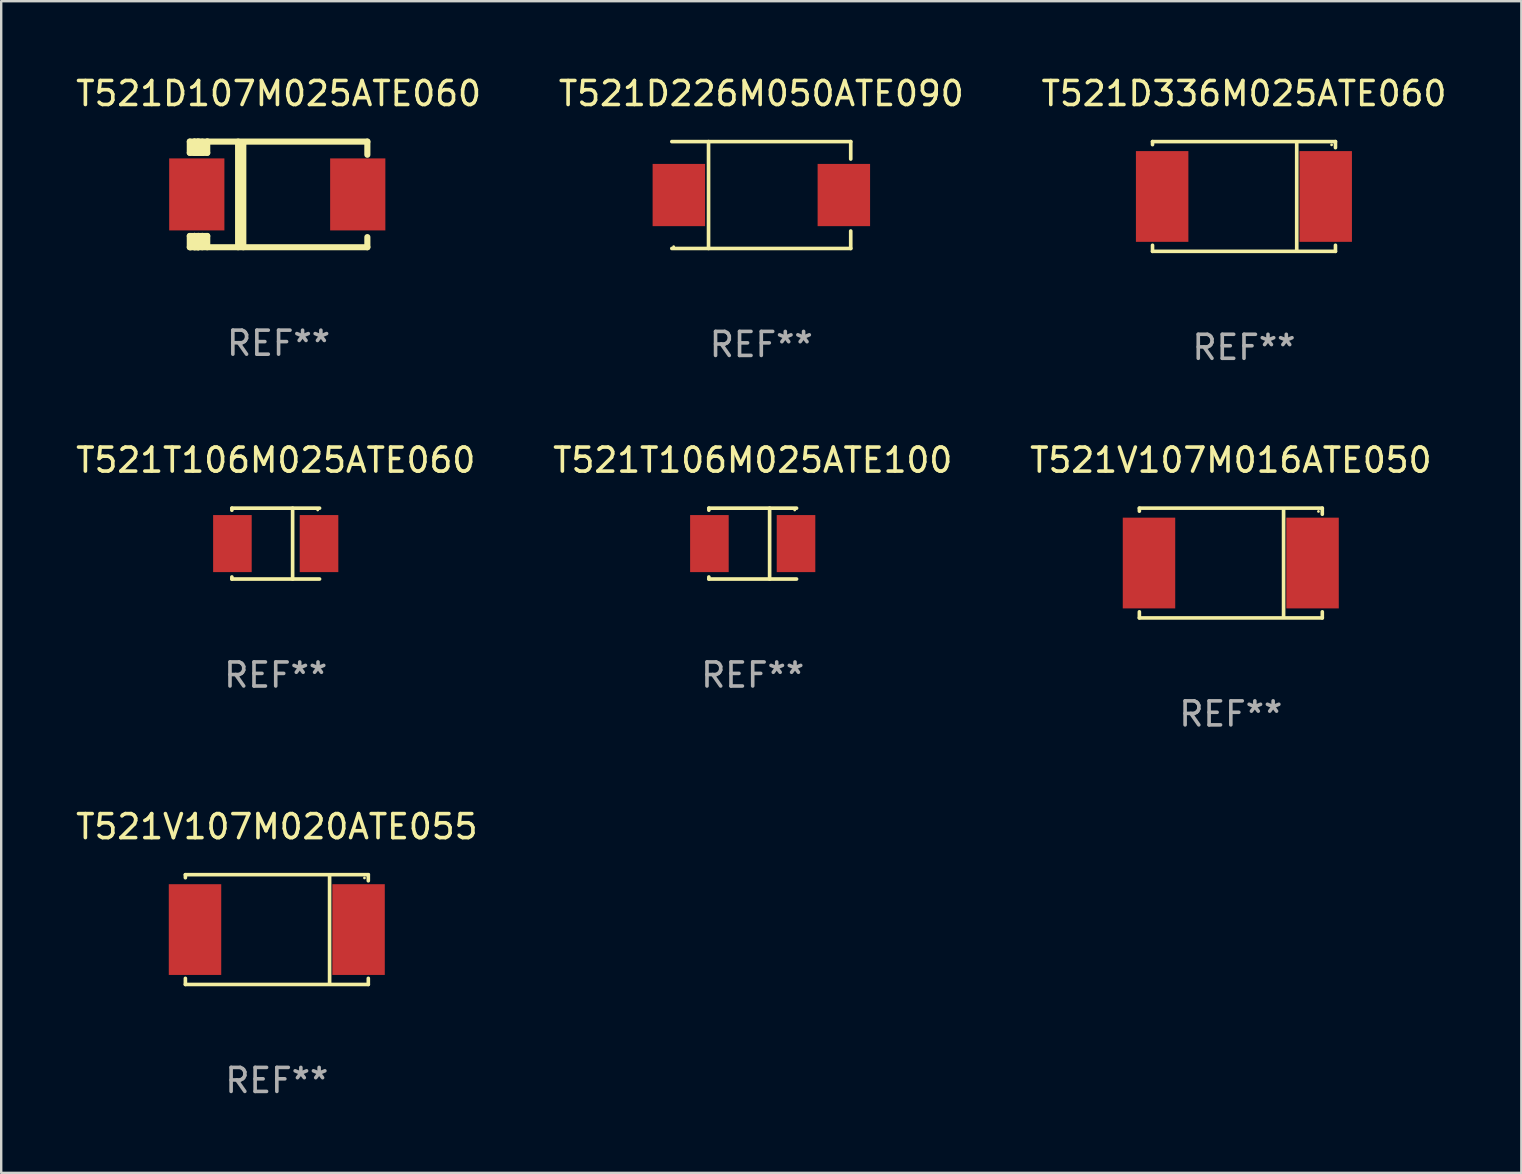
<source format=kicad_pcb>
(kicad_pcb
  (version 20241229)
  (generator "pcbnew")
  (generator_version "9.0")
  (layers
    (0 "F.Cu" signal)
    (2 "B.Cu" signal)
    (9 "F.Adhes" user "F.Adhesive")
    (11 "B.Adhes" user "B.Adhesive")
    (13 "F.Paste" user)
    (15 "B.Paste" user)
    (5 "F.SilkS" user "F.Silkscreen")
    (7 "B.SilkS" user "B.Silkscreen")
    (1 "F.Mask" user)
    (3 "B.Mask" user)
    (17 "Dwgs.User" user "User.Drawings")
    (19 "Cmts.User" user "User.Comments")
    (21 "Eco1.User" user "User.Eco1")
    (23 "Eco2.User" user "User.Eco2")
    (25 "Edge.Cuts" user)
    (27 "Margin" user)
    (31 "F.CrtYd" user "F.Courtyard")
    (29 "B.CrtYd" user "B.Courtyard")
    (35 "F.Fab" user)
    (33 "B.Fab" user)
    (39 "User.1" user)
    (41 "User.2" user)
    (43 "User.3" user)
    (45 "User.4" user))
  (footprint "T521V107M016ATE050"
    (layer "F.Cu")
    (at 48.22 20.403)
    (property "Reference" "T521V107M016ATE050" (at 0 -4.286 0) (layer "F.SilkS") (effects (font (size 1 1) (thickness 0.15))))
    (attr through_hole)
    (fp_line (start -3.81 -2.286) (end -3.81 -2.159) (stroke (width 0.15) (type solid)) (layer "F.SilkS"))
    (fp_line (start -3.81 2.032) (end -3.81 2.286) (stroke (width 0.15) (type solid)) (layer "F.SilkS"))
    (fp_line (start -3.81 2.286) (end 3.81 2.286) (stroke (width 0.15) (type solid)) (layer "F.SilkS"))
    (fp_line (start 2.197 -2.226) (end 2.197 2.226) (stroke (width 0.152) (type solid)) (layer "F.SilkS"))
    (fp_line (start 3.81 -2.286) (end -3.81 -2.286) (stroke (width 0.15) (type solid)) (layer "F.SilkS"))
    (fp_line (start 3.81 -2.032) (end 3.81 -2.286) (stroke (width 0.15) (type solid)) (layer "F.SilkS"))
    (fp_line (start 3.81 2.286) (end 3.81 2.032) (stroke (width 0.15) (type solid)) (layer "F.SilkS"))
    (fp_circle (center 3.65 -2.15) (end 3.68 -2.15) (stroke (width 0.06) (type solid)) (fill no) (layer "F.SilkS"))
    (fp_text user "REF**" (at 0 6.286 0) (layer "F.Fab") (effects (font (size 1 1) (thickness 0.15))))
    (pad "1" smd rect (at 3.404 0 180) (size 2.185 3.78) (layers "F.Cu" "F.Mask" "F.Paste"))
    (pad "2" smd rect (at -3.409 0 180) (size 2.185 3.78) (layers "F.Cu" "F.Mask" "F.Paste")))
  (footprint "T521V107M020ATE055"
    (layer "F.Cu")
    (at 8.482 35.671)
    (property "Reference" "T521V107M020ATE055" (at 0 -4.286 0) (layer "F.SilkS") (effects (font (size 1 1) (thickness 0.15))))
    (attr through_hole)
    (fp_line (start -3.81 -2.286) (end -3.81 -2.159) (stroke (width 0.15) (type solid)) (layer "F.SilkS"))
    (fp_line (start -3.81 2.032) (end -3.81 2.286) (stroke (width 0.15) (type solid)) (layer "F.SilkS"))
    (fp_line (start -3.81 2.286) (end 3.81 2.286) (stroke (width 0.15) (type solid)) (layer "F.SilkS"))
    (fp_line (start 2.197 -2.226) (end 2.197 2.226) (stroke (width 0.152) (type solid)) (layer "F.SilkS"))
    (fp_line (start 3.81 -2.286) (end -3.81 -2.286) (stroke (width 0.15) (type solid)) (layer "F.SilkS"))
    (fp_line (start 3.81 -2.032) (end 3.81 -2.286) (stroke (width 0.15) (type solid)) (layer "F.SilkS"))
    (fp_line (start 3.81 2.286) (end 3.81 2.032) (stroke (width 0.15) (type solid)) (layer "F.SilkS"))
    (fp_circle (center 3.65 -2.15) (end 3.68 -2.15) (stroke (width 0.06) (type solid)) (fill no) (layer "F.SilkS"))
    (fp_text user "REF**" (at 0 6.286 0) (layer "F.Fab") (effects (font (size 1 1) (thickness 0.15))))
    (pad "1" smd rect (at 3.404 0 180) (size 2.185 3.78) (layers "F.Cu" "F.Mask" "F.Paste"))
    (pad "2" smd rect (at -3.409 0 180) (size 2.185 3.78) (layers "F.Cu" "F.Mask" "F.Paste")))
  (footprint "T521D226M050ATE090"
    (layer "F.Cu")
    (at 28.661 5.074)
    (property "Reference" "T521D226M050ATE090" (at 0 -4.226 0) (layer "F.SilkS") (effects (font (size 1 1) (thickness 0.15))))
    (attr through_hole)
    (fp_line (start -3.726 -2.226) (end 3.726 -2.226) (stroke (width 0.152) (type solid)) (layer "F.SilkS"))
    (fp_line (start -3.726 2.226) (end 3.726 2.226) (stroke (width 0.152) (type solid)) (layer "F.SilkS"))
    (fp_line (start -2.197 -2.226) (end -2.197 2.226) (stroke (width 0.152) (type solid)) (layer "F.SilkS"))
    (fp_line (start 3.726 -2.226) (end 3.726 -1.499) (stroke (width 0.152) (type solid)) (layer "F.SilkS"))
    (fp_line (start 3.726 2.226) (end 3.726 1.499) (stroke (width 0.152) (type solid)) (layer "F.SilkS"))
    (fp_circle (center -3.65 2.15) (end -3.62 2.15) (stroke (width 0.06) (type solid)) (fill no) (layer "F.SilkS"))
    (fp_text user "REF**" (at 0 6.226 0) (layer "F.Fab") (effects (font (size 1 1) (thickness 0.15))))
    (pad "1" smd rect (at -3.434 0 180) (size 2.185 2.592) (layers "F.Cu" "F.Mask" "F.Paste"))
    (pad "2" smd rect (at 3.439 0 180) (size 2.185 2.592) (layers "F.Cu" "F.Mask" "F.Paste")))
  (footprint "T521T106M025ATE100"
    (layer "F.Cu")
    (at 28.304 19.593)
    (property "Reference" "T521T106M025ATE100" (at 0 -3.476 0) (layer "F.SilkS") (effects (font (size 1 1) (thickness 0.15))))
    (attr through_hole)
    (fp_line (start -1.826 -1.476) (end -1.826 -1.391) (stroke (width 0.152) (type solid)) (layer "F.SilkS"))
    (fp_line (start -1.826 -1.476) (end 1.826 -1.476) (stroke (width 0.152) (type solid)) (layer "F.SilkS"))
    (fp_line (start -1.826 1.476) (end -1.826 1.391) (stroke (width 0.152) (type solid)) (layer "F.SilkS"))
    (fp_line (start -1.826 1.476) (end 1.826 1.476) (stroke (width 0.152) (type solid)) (layer "F.SilkS"))
    (fp_line (start 0.704 -1.476) (end 0.704 1.476) (stroke (width 0.152) (type solid)) (layer "F.SilkS"))
    (fp_circle (center 1.75 -1.4) (end 1.78 -1.4) (stroke (width 0.06) (type solid)) (fill no) (layer "F.SilkS"))
    (fp_text user "REF**" (at 0 5.476 0) (layer "F.Fab") (effects (font (size 1 1) (thickness 0.15))))
    (pad "1" smd rect (at 1.804 0) (size 1.607 2.376) (layers "F.Cu" "F.Mask" "F.Paste"))
    (pad "2" smd rect (at -1.804 0) (size 1.607 2.376) (layers "F.Cu" "F.Mask" "F.Paste")))
  (footprint "T521T106M025ATE060"
    (layer "F.Cu")
    (at 8.435 19.593)
    (property "Reference" "T521T106M025ATE060" (at 0 -3.476 0) (layer "F.SilkS") (effects (font (size 1 1) (thickness 0.15))))
    (attr through_hole)
    (fp_line (start -1.826 -1.476) (end -1.826 -1.391) (stroke (width 0.152) (type solid)) (layer "F.SilkS"))
    (fp_line (start -1.826 -1.476) (end 1.826 -1.476) (stroke (width 0.152) (type solid)) (layer "F.SilkS"))
    (fp_line (start -1.826 1.476) (end -1.826 1.391) (stroke (width 0.152) (type solid)) (layer "F.SilkS"))
    (fp_line (start -1.826 1.476) (end 1.826 1.476) (stroke (width 0.152) (type solid)) (layer "F.SilkS"))
    (fp_line (start 0.704 -1.476) (end 0.704 1.476) (stroke (width 0.152) (type solid)) (layer "F.SilkS"))
    (fp_circle (center 1.75 -1.4) (end 1.78 -1.4) (stroke (width 0.06) (type solid)) (fill no) (layer "F.SilkS"))
    (fp_text user "REF**" (at 0 5.476 0) (layer "F.Fab") (effects (font (size 1 1) (thickness 0.15))))
    (pad "1" smd rect (at 1.804 0) (size 1.607 2.376) (layers "F.Cu" "F.Mask" "F.Paste"))
    (pad "2" smd rect (at -1.804 0) (size 1.607 2.376) (layers "F.Cu" "F.Mask" "F.Paste")))
  (footprint "T521D107M025ATE060"
    (layer "F.Cu")
    (at 8.554 5.048)
    (property "Reference" "T521D107M025ATE060" (at 0 -4.2 0) (layer "F.SilkS") (effects (font (size 1 1) (thickness 0.15))))
    (attr through_hole)
    (fp_line (start -3.698 -2.2) (end -3.502 -2.2) (stroke (width 0.254) (type solid)) (layer "F.SilkS"))
    (fp_line (start -3.698 -1.731) (end -3.698 -2.2) (stroke (width 0.254) (type solid)) (layer "F.SilkS"))
    (fp_line (start -3.698 -1.731) (end -3.502 -1.731) (stroke (width 0.254) (type solid)) (layer "F.SilkS"))
    (fp_line (start -3.698 1.731) (end -3.502 1.731) (stroke (width 0.254) (type solid)) (layer "F.SilkS"))
    (fp_line (start -3.698 2.2) (end -3.698 1.731) (stroke (width 0.254) (type solid)) (layer "F.SilkS"))
    (fp_line (start -3.66 2.2) (end -3.698 2.2) (stroke (width 0.254) (type solid)) (layer "F.SilkS"))
    (fp_line (start -3.66 2.2) (end -3.346 2.2) (stroke (width 0.254) (type solid)) (layer "F.SilkS"))
    (fp_line (start -3.502 -2.2) (end 3.698 -2.2) (stroke (width 0.254) (type solid)) (layer "F.SilkS"))
    (fp_line (start -3.502 -1.731) (end -3.502 -2.2) (stroke (width 0.254) (type solid)) (layer "F.SilkS"))
    (fp_line (start -3.502 1.731) (end -3.502 1.778) (stroke (width 0.254) (type solid)) (layer "F.SilkS"))
    (fp_line (start -3.502 1.731) (end -3.178 1.731) (stroke (width 0.254) (type solid)) (layer "F.SilkS"))
    (fp_line (start -3.502 1.778) (end -3.502 1.731) (stroke (width 0.254) (type solid)) (layer "F.SilkS"))
    (fp_line (start -3.502 2.2) (end -3.502 1.778) (stroke (width 0.254) (type solid)) (layer "F.SilkS"))
    (fp_line (start -3.502 2.2) (end 3.698 2.2) (stroke (width 0.254) (type solid)) (layer "F.SilkS"))
    (fp_line (start -3.367 -2.2) (end -3.367 -1.731) (stroke (width 0.254) (type solid)) (layer "F.SilkS"))
    (fp_line (start -3.346 1.731) (end -3.346 2.2) (stroke (width 0.254) (type solid)) (layer "F.SilkS"))
    (fp_line (start -3.346 2.2) (end -3.346 2.2) (stroke (width 0.254) (type solid)) (layer "F.SilkS"))
    (fp_line (start -3.332 1.731) (end -3.346 1.731) (stroke (width 0.254) (type solid)) (layer "F.SilkS"))
    (fp_line (start -3.303 -2.2) (end -3.367 -2.2) (stroke (width 0.254) (type solid)) (layer "F.SilkS"))
    (fp_line (start -3.179 -1.731) (end -3.179 -1.731) (stroke (width 0.254) (type solid)) (layer "F.SilkS"))
    (fp_line (start -3.179 1.731) (end -3.179 2.2) (stroke (width 0.254) (type solid)) (layer "F.SilkS"))
    (fp_line (start -3.178 -1.731) (end -3.502 -1.731) (stroke (width 0.254) (type solid)) (layer "F.SilkS"))
    (fp_line (start -3.178 -1.731) (end -3.179 -1.731) (stroke (width 0.254) (type solid)) (layer "F.SilkS"))
    (fp_line (start -3.178 -1.731) (end -3.178 -2.2) (stroke (width 0.254) (type solid)) (layer "F.SilkS"))
    (fp_line (start -3.178 1.731) (end -3.178 1.731) (stroke (width 0.254) (type solid)) (layer "F.SilkS"))
    (fp_line (start -2.972 -2.2) (end -2.972 -1.731) (stroke (width 0.254) (type solid)) (layer "F.SilkS"))
    (fp_line (start -2.972 -1.731) (end -3.502 -1.731) (stroke (width 0.254) (type solid)) (layer "F.SilkS"))
    (fp_line (start -2.972 1.731) (end -3.179 1.731) (stroke (width 0.254) (type solid)) (layer "F.SilkS"))
    (fp_line (start -2.972 1.731) (end -2.972 2.2) (stroke (width 0.254) (type solid)) (layer "F.SilkS"))
    (fp_line (start -2.957 -2.2) (end -2.972 -2.2) (stroke (width 0.254) (type solid)) (layer "F.SilkS"))
    (fp_line (start -1.686 -2.2) (end -1.686 2.2) (stroke (width 0.254) (type solid)) (layer "F.SilkS"))
    (fp_line (start -1.469 -2.159) (end -1.469 2.2) (stroke (width 0.254) (type solid)) (layer "F.SilkS"))
    (fp_line (start -1.452 -2.159) (end -1.469 -2.159) (stroke (width 0.254) (type solid)) (layer "F.SilkS"))
    (fp_line (start 3.698 -2.2) (end 3.698 -1.651) (stroke (width 0.254) (type solid)) (layer "F.SilkS"))
    (fp_line (start 3.698 2.2) (end 3.698 1.778) (stroke (width 0.254) (type solid)) (layer "F.SilkS"))
    (fp_circle (center -3.552 2.15) (end -3.522 2.15) (stroke (width 0.06) (type solid)) (fill no) (layer "F.SilkS"))
    (fp_text user "REF**" (at 0 6.2 0) (layer "F.Fab") (effects (font (size 1 1) (thickness 0.15))))
    (pad "1" smd rect (at -3.407 0) (size 2.3 3) (layers "F.Cu" "F.Mask" "F.Paste"))
    (pad "2" smd rect (at 3.298 0) (size 2.3 3) (layers "F.Cu" "F.Mask" "F.Paste")))
  (footprint "T521D336M025ATE060"
    (layer "F.Cu")
    (at 48.768 5.134)
    (property "Reference" "T521D336M025ATE060" (at 0 -4.286 0) (layer "F.SilkS") (effects (font (size 1 1) (thickness 0.15))))
    (attr through_hole)
    (fp_line (start -3.81 -2.286) (end -3.81 -2.159) (stroke (width 0.15) (type solid)) (layer "F.SilkS"))
    (fp_line (start -3.81 2.032) (end -3.81 2.286) (stroke (width 0.15) (type solid)) (layer "F.SilkS"))
    (fp_line (start -3.81 2.286) (end 3.81 2.286) (stroke (width 0.15) (type solid)) (layer "F.SilkS"))
    (fp_line (start 2.197 -2.226) (end 2.197 2.226) (stroke (width 0.152) (type solid)) (layer "F.SilkS"))
    (fp_line (start 3.81 -2.286) (end -3.81 -2.286) (stroke (width 0.15) (type solid)) (layer "F.SilkS"))
    (fp_line (start 3.81 -2.032) (end 3.81 -2.286) (stroke (width 0.15) (type solid)) (layer "F.SilkS"))
    (fp_line (start 3.81 2.286) (end 3.81 2.032) (stroke (width 0.15) (type solid)) (layer "F.SilkS"))
    (fp_circle (center 3.65 -2.15) (end 3.68 -2.15) (stroke (width 0.06) (type solid)) (fill no) (layer "F.SilkS"))
    (fp_text user "REF**" (at 0 6.286 0) (layer "F.Fab") (effects (font (size 1 1) (thickness 0.15))))
    (pad "1" smd rect (at 3.404 0 180) (size 2.185 3.78) (layers "F.Cu" "F.Mask" "F.Paste"))
    (pad "2" smd rect (at -3.409 0 180) (size 2.185 3.78) (layers "F.Cu" "F.Mask" "F.Paste")))
  (gr_rect
    (start -3 -3)
    (end 60.321 45.806)
    (stroke (width 0.1) (type default))
    (fill no)
    (layer "Edge.Cuts")))
</source>
